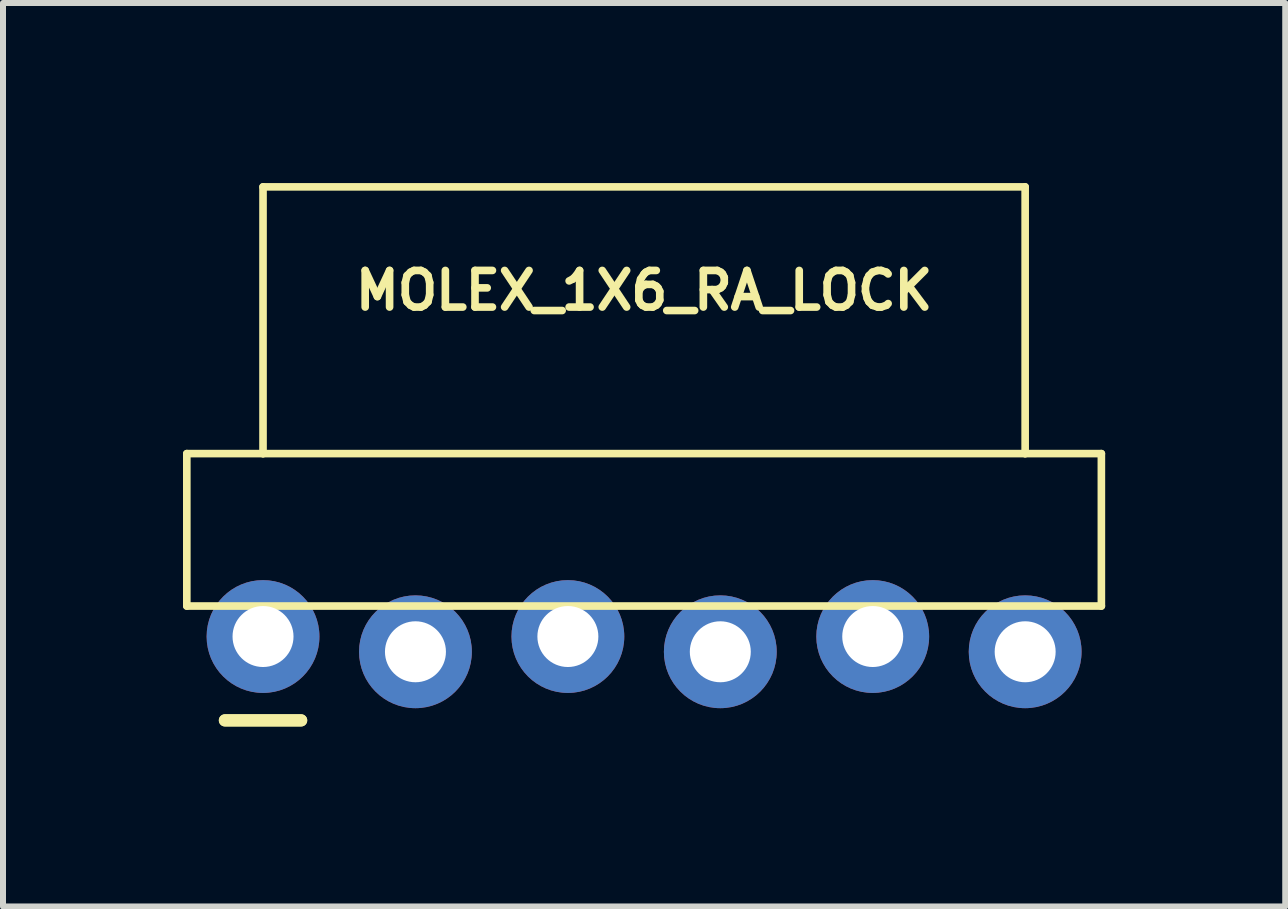
<source format=kicad_pcb>
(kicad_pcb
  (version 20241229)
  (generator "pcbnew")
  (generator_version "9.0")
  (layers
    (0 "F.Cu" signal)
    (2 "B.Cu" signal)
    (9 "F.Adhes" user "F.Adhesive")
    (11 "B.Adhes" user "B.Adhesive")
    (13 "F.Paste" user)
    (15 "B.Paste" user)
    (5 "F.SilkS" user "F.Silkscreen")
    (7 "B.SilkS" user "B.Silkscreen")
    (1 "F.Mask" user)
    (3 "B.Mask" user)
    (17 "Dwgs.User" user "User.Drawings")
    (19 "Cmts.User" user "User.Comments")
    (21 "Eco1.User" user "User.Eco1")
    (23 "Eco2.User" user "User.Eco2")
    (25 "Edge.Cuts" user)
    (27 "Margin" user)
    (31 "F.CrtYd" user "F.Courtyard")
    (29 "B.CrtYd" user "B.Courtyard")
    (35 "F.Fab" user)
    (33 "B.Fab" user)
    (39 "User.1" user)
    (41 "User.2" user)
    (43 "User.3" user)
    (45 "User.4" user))
  (footprint "MOLEX_1X6_RA_LOCK"
    (layer "F.Cu")
    (at 1.333 7.684)
    (property "Reference" "MOLEX_1X6_RA_LOCK" (at 6.35 -5.893 0) (layer "F.SilkS") (effects (font (size 0.61 0.61) (thickness 0.127))))
    (attr exclude_from_pos_files exclude_from_bom)
    (fp_line (start -1.27 -0.635) (end -1.27 -3.175) (stroke (width 0.127) (type solid)) (layer "F.SilkS"))
    (fp_line (start -0.635 1.27) (end 0.635 1.27) (stroke (width 0.203) (type solid)) (layer "F.SilkS"))
    (fp_line (start 0 -7.62) (end 12.7 -7.62) (stroke (width 0.127) (type solid)) (layer "F.SilkS"))
    (fp_line (start 0 -3.175) (end -1.27 -3.175) (stroke (width 0.127) (type solid)) (layer "F.SilkS"))
    (fp_line (start 0 -3.175) (end 0 -7.62) (stroke (width 0.127) (type solid)) (layer "F.SilkS"))
    (fp_line (start 0.635 1.27) (end -0.635 1.27) (stroke (width 0.203) (type solid)) (layer "F.SilkS"))
    (fp_line (start 12.7 -7.62) (end 12.7 -3.175) (stroke (width 0.127) (type solid)) (layer "F.SilkS"))
    (fp_line (start 12.7 -3.175) (end 0 -3.175) (stroke (width 0.127) (type solid)) (layer "F.SilkS"))
    (fp_line (start 13.97 -3.175) (end 12.7 -3.175) (stroke (width 0.127) (type solid)) (layer "F.SilkS"))
    (fp_line (start 13.97 -0.635) (end -1.27 -0.635) (stroke (width 0.127) (type solid)) (layer "F.SilkS"))
    (fp_line (start 13.97 -0.635) (end 13.97 -3.175) (stroke (width 0.127) (type solid)) (layer "F.SilkS"))
    (pad "1" thru_hole circle (at 0 -0.127) (size 1.88 1.88) (drill 1.016) (layers "*.Cu" "*.Paste" "*.Mask"))
    (pad "2" thru_hole circle (at 2.54 0.127) (size 1.88 1.88) (drill 1.016) (layers "*.Cu" "*.Paste" "*.Mask"))
    (pad "3" thru_hole circle (at 5.08 -0.127) (size 1.88 1.88) (drill 1.016) (layers "*.Cu" "*.Paste" "*.Mask"))
    (pad "4" thru_hole circle (at 7.62 0.127) (size 1.88 1.88) (drill 1.016) (layers "*.Cu" "*.Paste" "*.Mask"))
    (pad "5" thru_hole circle (at 10.16 -0.127) (size 1.88 1.88) (drill 1.016) (layers "*.Cu" "*.Paste" "*.Mask"))
    (pad "6" thru_hole circle (at 12.7 0.127) (size 1.88 1.88) (drill 1.016) (layers "*.Cu" "*.Paste" "*.Mask")))
  (gr_rect
    (start -3 -3)
    (end 18.367 12.055)
    (stroke (width 0.1) (type default))
    (fill no)
    (layer "Edge.Cuts")))
</source>
